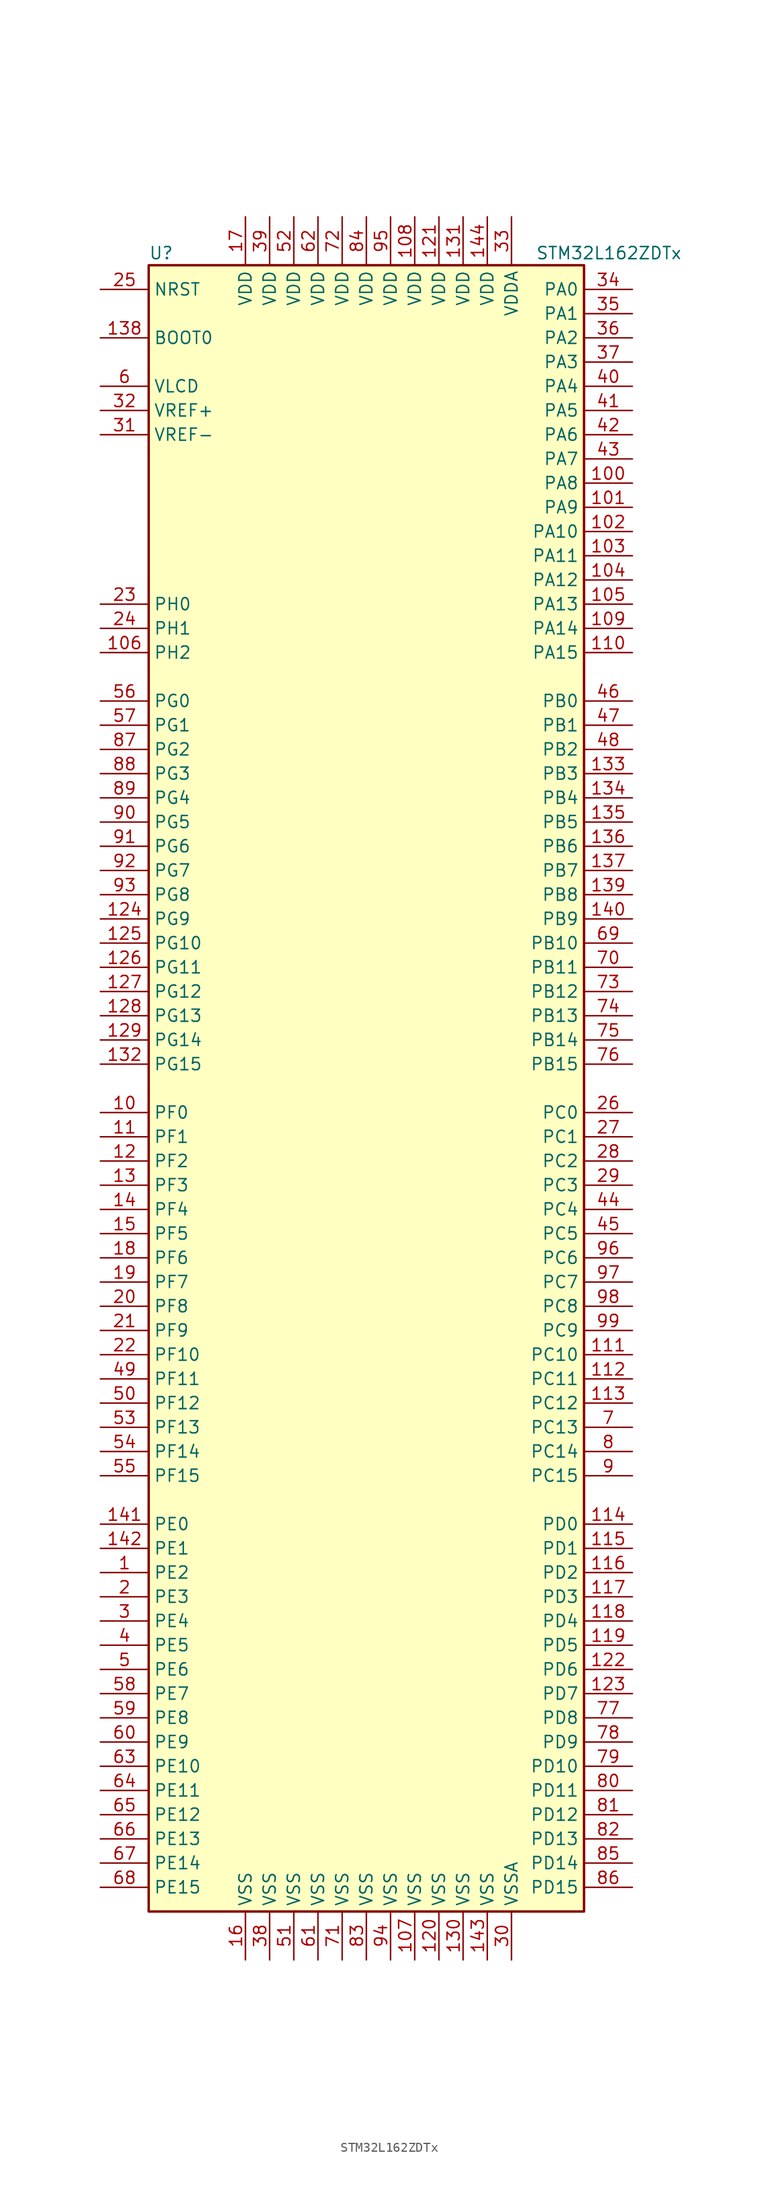
<source format=kicad_sym>
(kicad_symbol_lib
  (version 20201005)
  (generator kicad_symbol_editor)
  (symbol "MCU_ST_STM32L1:STM32L162ZDTx"
    (property "Reference" "U"
      (at -22.86 87.63 0)
      (effects (font (size 1.27 1.27)) (justify left)))
    (property "Value" "STM32L162ZDTx"
      (at 17.78 87.63 0)
      (effects (font (size 1.27 1.27)) (justify left)))
    (symbol "STM32L162ZDTx_0_1"
      (rectangle (start -22.86 -86.36) (end 22.86 86.36) (stroke (width 0.254)) (fill (type background))))
    (symbol "STM32L162ZDTx_1_1"
      (pin input line (at -27.94 78.74 0) (length 5.08) (name "BOOT0" (effects (font (size 1.27 1.27)))) (number "138" (effects (font (size 1.27 1.27)))))
      (pin input line (at -27.94 83.82 0) (length 5.08) (name "NRST" (effects (font (size 1.27 1.27)))) (number "25" (effects (font (size 1.27 1.27)))))
      (pin bidirectional line (at 27.94 83.82 180) (length 5.08) (name "PA0" (effects (font (size 1.27 1.27)))) (number "34" (effects (font (size 1.27 1.27)))))
      (pin bidirectional line (at 27.94 81.28 180) (length 5.08) (name "PA1" (effects (font (size 1.27 1.27)))) (number "35" (effects (font (size 1.27 1.27)))))
      (pin bidirectional line (at 27.94 58.42 180) (length 5.08) (name "PA10" (effects (font (size 1.27 1.27)))) (number "102" (effects (font (size 1.27 1.27)))))
      (pin bidirectional line (at 27.94 55.88 180) (length 5.08) (name "PA11" (effects (font (size 1.27 1.27)))) (number "103" (effects (font (size 1.27 1.27)))))
      (pin bidirectional line (at 27.94 53.34 180) (length 5.08) (name "PA12" (effects (font (size 1.27 1.27)))) (number "104" (effects (font (size 1.27 1.27)))))
      (pin bidirectional line (at 27.94 50.8 180) (length 5.08) (name "PA13" (effects (font (size 1.27 1.27)))) (number "105" (effects (font (size 1.27 1.27)))))
      (pin bidirectional line (at 27.94 48.26 180) (length 5.08) (name "PA14" (effects (font (size 1.27 1.27)))) (number "109" (effects (font (size 1.27 1.27)))))
      (pin bidirectional line (at 27.94 45.72 180) (length 5.08) (name "PA15" (effects (font (size 1.27 1.27)))) (number "110" (effects (font (size 1.27 1.27)))))
      (pin bidirectional line (at 27.94 78.74 180) (length 5.08) (name "PA2" (effects (font (size 1.27 1.27)))) (number "36" (effects (font (size 1.27 1.27)))))
      (pin bidirectional line (at 27.94 76.2 180) (length 5.08) (name "PA3" (effects (font (size 1.27 1.27)))) (number "37" (effects (font (size 1.27 1.27)))))
      (pin bidirectional line (at 27.94 73.66 180) (length 5.08) (name "PA4" (effects (font (size 1.27 1.27)))) (number "40" (effects (font (size 1.27 1.27)))))
      (pin bidirectional line (at 27.94 71.12 180) (length 5.08) (name "PA5" (effects (font (size 1.27 1.27)))) (number "41" (effects (font (size 1.27 1.27)))))
      (pin bidirectional line (at 27.94 68.58 180) (length 5.08) (name "PA6" (effects (font (size 1.27 1.27)))) (number "42" (effects (font (size 1.27 1.27)))))
      (pin bidirectional line (at 27.94 66.04 180) (length 5.08) (name "PA7" (effects (font (size 1.27 1.27)))) (number "43" (effects (font (size 1.27 1.27)))))
      (pin bidirectional line (at 27.94 63.5 180) (length 5.08) (name "PA8" (effects (font (size 1.27 1.27)))) (number "100" (effects (font (size 1.27 1.27)))))
      (pin bidirectional line (at 27.94 60.96 180) (length 5.08) (name "PA9" (effects (font (size 1.27 1.27)))) (number "101" (effects (font (size 1.27 1.27)))))
      (pin bidirectional line (at 27.94 40.64 180) (length 5.08) (name "PB0" (effects (font (size 1.27 1.27)))) (number "46" (effects (font (size 1.27 1.27)))))
      (pin bidirectional line (at 27.94 38.1 180) (length 5.08) (name "PB1" (effects (font (size 1.27 1.27)))) (number "47" (effects (font (size 1.27 1.27)))))
      (pin bidirectional line (at 27.94 15.24 180) (length 5.08) (name "PB10" (effects (font (size 1.27 1.27)))) (number "69" (effects (font (size 1.27 1.27)))))
      (pin bidirectional line (at 27.94 12.7 180) (length 5.08) (name "PB11" (effects (font (size 1.27 1.27)))) (number "70" (effects (font (size 1.27 1.27)))))
      (pin bidirectional line (at 27.94 10.16 180) (length 5.08) (name "PB12" (effects (font (size 1.27 1.27)))) (number "73" (effects (font (size 1.27 1.27)))))
      (pin bidirectional line (at 27.94 7.62 180) (length 5.08) (name "PB13" (effects (font (size 1.27 1.27)))) (number "74" (effects (font (size 1.27 1.27)))))
      (pin bidirectional line (at 27.94 5.08 180) (length 5.08) (name "PB14" (effects (font (size 1.27 1.27)))) (number "75" (effects (font (size 1.27 1.27)))))
      (pin bidirectional line (at 27.94 2.54 180) (length 5.08) (name "PB15" (effects (font (size 1.27 1.27)))) (number "76" (effects (font (size 1.27 1.27)))))
      (pin bidirectional line (at 27.94 35.56 180) (length 5.08) (name "PB2" (effects (font (size 1.27 1.27)))) (number "48" (effects (font (size 1.27 1.27)))))
      (pin bidirectional line (at 27.94 33.02 180) (length 5.08) (name "PB3" (effects (font (size 1.27 1.27)))) (number "133" (effects (font (size 1.27 1.27)))))
      (pin bidirectional line (at 27.94 30.48 180) (length 5.08) (name "PB4" (effects (font (size 1.27 1.27)))) (number "134" (effects (font (size 1.27 1.27)))))
      (pin bidirectional line (at 27.94 27.94 180) (length 5.08) (name "PB5" (effects (font (size 1.27 1.27)))) (number "135" (effects (font (size 1.27 1.27)))))
      (pin bidirectional line (at 27.94 25.4 180) (length 5.08) (name "PB6" (effects (font (size 1.27 1.27)))) (number "136" (effects (font (size 1.27 1.27)))))
      (pin bidirectional line (at 27.94 22.86 180) (length 5.08) (name "PB7" (effects (font (size 1.27 1.27)))) (number "137" (effects (font (size 1.27 1.27)))))
      (pin bidirectional line (at 27.94 20.32 180) (length 5.08) (name "PB8" (effects (font (size 1.27 1.27)))) (number "139" (effects (font (size 1.27 1.27)))))
      (pin bidirectional line (at 27.94 17.78 180) (length 5.08) (name "PB9" (effects (font (size 1.27 1.27)))) (number "140" (effects (font (size 1.27 1.27)))))
      (pin bidirectional line (at 27.94 -2.54 180) (length 5.08) (name "PC0" (effects (font (size 1.27 1.27)))) (number "26" (effects (font (size 1.27 1.27)))))
      (pin bidirectional line (at 27.94 -5.08 180) (length 5.08) (name "PC1" (effects (font (size 1.27 1.27)))) (number "27" (effects (font (size 1.27 1.27)))))
      (pin bidirectional line (at 27.94 -27.94 180) (length 5.08) (name "PC10" (effects (font (size 1.27 1.27)))) (number "111" (effects (font (size 1.27 1.27)))))
      (pin bidirectional line (at 27.94 -30.48 180) (length 5.08) (name "PC11" (effects (font (size 1.27 1.27)))) (number "112" (effects (font (size 1.27 1.27)))))
      (pin bidirectional line (at 27.94 -33.02 180) (length 5.08) (name "PC12" (effects (font (size 1.27 1.27)))) (number "113" (effects (font (size 1.27 1.27)))))
      (pin bidirectional line (at 27.94 -35.56 180) (length 5.08) (name "PC13" (effects (font (size 1.27 1.27)))) (number "7" (effects (font (size 1.27 1.27)))))
      (pin bidirectional line (at 27.94 -38.1 180) (length 5.08) (name "PC14" (effects (font (size 1.27 1.27)))) (number "8" (effects (font (size 1.27 1.27)))))
      (pin bidirectional line (at 27.94 -40.64 180) (length 5.08) (name "PC15" (effects (font (size 1.27 1.27)))) (number "9" (effects (font (size 1.27 1.27)))))
      (pin bidirectional line (at 27.94 -7.62 180) (length 5.08) (name "PC2" (effects (font (size 1.27 1.27)))) (number "28" (effects (font (size 1.27 1.27)))))
      (pin bidirectional line (at 27.94 -10.16 180) (length 5.08) (name "PC3" (effects (font (size 1.27 1.27)))) (number "29" (effects (font (size 1.27 1.27)))))
      (pin bidirectional line (at 27.94 -12.7 180) (length 5.08) (name "PC4" (effects (font (size 1.27 1.27)))) (number "44" (effects (font (size 1.27 1.27)))))
      (pin bidirectional line (at 27.94 -15.24 180) (length 5.08) (name "PC5" (effects (font (size 1.27 1.27)))) (number "45" (effects (font (size 1.27 1.27)))))
      (pin bidirectional line (at 27.94 -17.78 180) (length 5.08) (name "PC6" (effects (font (size 1.27 1.27)))) (number "96" (effects (font (size 1.27 1.27)))))
      (pin bidirectional line (at 27.94 -20.32 180) (length 5.08) (name "PC7" (effects (font (size 1.27 1.27)))) (number "97" (effects (font (size 1.27 1.27)))))
      (pin bidirectional line (at 27.94 -22.86 180) (length 5.08) (name "PC8" (effects (font (size 1.27 1.27)))) (number "98" (effects (font (size 1.27 1.27)))))
      (pin bidirectional line (at 27.94 -25.4 180) (length 5.08) (name "PC9" (effects (font (size 1.27 1.27)))) (number "99" (effects (font (size 1.27 1.27)))))
      (pin bidirectional line (at 27.94 -45.72 180) (length 5.08) (name "PD0" (effects (font (size 1.27 1.27)))) (number "114" (effects (font (size 1.27 1.27)))))
      (pin bidirectional line (at 27.94 -48.26 180) (length 5.08) (name "PD1" (effects (font (size 1.27 1.27)))) (number "115" (effects (font (size 1.27 1.27)))))
      (pin bidirectional line (at 27.94 -71.12 180) (length 5.08) (name "PD10" (effects (font (size 1.27 1.27)))) (number "79" (effects (font (size 1.27 1.27)))))
      (pin bidirectional line (at 27.94 -73.66 180) (length 5.08) (name "PD11" (effects (font (size 1.27 1.27)))) (number "80" (effects (font (size 1.27 1.27)))))
      (pin bidirectional line (at 27.94 -76.2 180) (length 5.08) (name "PD12" (effects (font (size 1.27 1.27)))) (number "81" (effects (font (size 1.27 1.27)))))
      (pin bidirectional line (at 27.94 -78.74 180) (length 5.08) (name "PD13" (effects (font (size 1.27 1.27)))) (number "82" (effects (font (size 1.27 1.27)))))
      (pin bidirectional line (at 27.94 -81.28 180) (length 5.08) (name "PD14" (effects (font (size 1.27 1.27)))) (number "85" (effects (font (size 1.27 1.27)))))
      (pin bidirectional line (at 27.94 -83.82 180) (length 5.08) (name "PD15" (effects (font (size 1.27 1.27)))) (number "86" (effects (font (size 1.27 1.27)))))
      (pin bidirectional line (at 27.94 -50.8 180) (length 5.08) (name "PD2" (effects (font (size 1.27 1.27)))) (number "116" (effects (font (size 1.27 1.27)))))
      (pin bidirectional line (at 27.94 -53.34 180) (length 5.08) (name "PD3" (effects (font (size 1.27 1.27)))) (number "117" (effects (font (size 1.27 1.27)))))
      (pin bidirectional line (at 27.94 -55.88 180) (length 5.08) (name "PD4" (effects (font (size 1.27 1.27)))) (number "118" (effects (font (size 1.27 1.27)))))
      (pin bidirectional line (at 27.94 -58.42 180) (length 5.08) (name "PD5" (effects (font (size 1.27 1.27)))) (number "119" (effects (font (size 1.27 1.27)))))
      (pin bidirectional line (at 27.94 -60.96 180) (length 5.08) (name "PD6" (effects (font (size 1.27 1.27)))) (number "122" (effects (font (size 1.27 1.27)))))
      (pin bidirectional line (at 27.94 -63.5 180) (length 5.08) (name "PD7" (effects (font (size 1.27 1.27)))) (number "123" (effects (font (size 1.27 1.27)))))
      (pin bidirectional line (at 27.94 -66.04 180) (length 5.08) (name "PD8" (effects (font (size 1.27 1.27)))) (number "77" (effects (font (size 1.27 1.27)))))
      (pin bidirectional line (at 27.94 -68.58 180) (length 5.08) (name "PD9" (effects (font (size 1.27 1.27)))) (number "78" (effects (font (size 1.27 1.27)))))
      (pin bidirectional line (at -27.94 -45.72 0) (length 5.08) (name "PE0" (effects (font (size 1.27 1.27)))) (number "141" (effects (font (size 1.27 1.27)))))
      (pin bidirectional line (at -27.94 -48.26 0) (length 5.08) (name "PE1" (effects (font (size 1.27 1.27)))) (number "142" (effects (font (size 1.27 1.27)))))
      (pin bidirectional line (at -27.94 -71.12 0) (length 5.08) (name "PE10" (effects (font (size 1.27 1.27)))) (number "63" (effects (font (size 1.27 1.27)))))
      (pin bidirectional line (at -27.94 -73.66 0) (length 5.08) (name "PE11" (effects (font (size 1.27 1.27)))) (number "64" (effects (font (size 1.27 1.27)))))
      (pin bidirectional line (at -27.94 -76.2 0) (length 5.08) (name "PE12" (effects (font (size 1.27 1.27)))) (number "65" (effects (font (size 1.27 1.27)))))
      (pin bidirectional line (at -27.94 -78.74 0) (length 5.08) (name "PE13" (effects (font (size 1.27 1.27)))) (number "66" (effects (font (size 1.27 1.27)))))
      (pin bidirectional line (at -27.94 -81.28 0) (length 5.08) (name "PE14" (effects (font (size 1.27 1.27)))) (number "67" (effects (font (size 1.27 1.27)))))
      (pin bidirectional line (at -27.94 -83.82 0) (length 5.08) (name "PE15" (effects (font (size 1.27 1.27)))) (number "68" (effects (font (size 1.27 1.27)))))
      (pin bidirectional line (at -27.94 -50.8 0) (length 5.08) (name "PE2" (effects (font (size 1.27 1.27)))) (number "1" (effects (font (size 1.27 1.27)))))
      (pin bidirectional line (at -27.94 -53.34 0) (length 5.08) (name "PE3" (effects (font (size 1.27 1.27)))) (number "2" (effects (font (size 1.27 1.27)))))
      (pin bidirectional line (at -27.94 -55.88 0) (length 5.08) (name "PE4" (effects (font (size 1.27 1.27)))) (number "3" (effects (font (size 1.27 1.27)))))
      (pin bidirectional line (at -27.94 -58.42 0) (length 5.08) (name "PE5" (effects (font (size 1.27 1.27)))) (number "4" (effects (font (size 1.27 1.27)))))
      (pin bidirectional line (at -27.94 -60.96 0) (length 5.08) (name "PE6" (effects (font (size 1.27 1.27)))) (number "5" (effects (font (size 1.27 1.27)))))
      (pin bidirectional line (at -27.94 -63.5 0) (length 5.08) (name "PE7" (effects (font (size 1.27 1.27)))) (number "58" (effects (font (size 1.27 1.27)))))
      (pin bidirectional line (at -27.94 -66.04 0) (length 5.08) (name "PE8" (effects (font (size 1.27 1.27)))) (number "59" (effects (font (size 1.27 1.27)))))
      (pin bidirectional line (at -27.94 -68.58 0) (length 5.08) (name "PE9" (effects (font (size 1.27 1.27)))) (number "60" (effects (font (size 1.27 1.27)))))
      (pin bidirectional line (at -27.94 -2.54 0) (length 5.08) (name "PF0" (effects (font (size 1.27 1.27)))) (number "10" (effects (font (size 1.27 1.27)))))
      (pin bidirectional line (at -27.94 -5.08 0) (length 5.08) (name "PF1" (effects (font (size 1.27 1.27)))) (number "11" (effects (font (size 1.27 1.27)))))
      (pin bidirectional line (at -27.94 -27.94 0) (length 5.08) (name "PF10" (effects (font (size 1.27 1.27)))) (number "22" (effects (font (size 1.27 1.27)))))
      (pin bidirectional line (at -27.94 -30.48 0) (length 5.08) (name "PF11" (effects (font (size 1.27 1.27)))) (number "49" (effects (font (size 1.27 1.27)))))
      (pin bidirectional line (at -27.94 -33.02 0) (length 5.08) (name "PF12" (effects (font (size 1.27 1.27)))) (number "50" (effects (font (size 1.27 1.27)))))
      (pin bidirectional line (at -27.94 -35.56 0) (length 5.08) (name "PF13" (effects (font (size 1.27 1.27)))) (number "53" (effects (font (size 1.27 1.27)))))
      (pin bidirectional line (at -27.94 -38.1 0) (length 5.08) (name "PF14" (effects (font (size 1.27 1.27)))) (number "54" (effects (font (size 1.27 1.27)))))
      (pin bidirectional line (at -27.94 -40.64 0) (length 5.08) (name "PF15" (effects (font (size 1.27 1.27)))) (number "55" (effects (font (size 1.27 1.27)))))
      (pin bidirectional line (at -27.94 -7.62 0) (length 5.08) (name "PF2" (effects (font (size 1.27 1.27)))) (number "12" (effects (font (size 1.27 1.27)))))
      (pin bidirectional line (at -27.94 -10.16 0) (length 5.08) (name "PF3" (effects (font (size 1.27 1.27)))) (number "13" (effects (font (size 1.27 1.27)))))
      (pin bidirectional line (at -27.94 -12.7 0) (length 5.08) (name "PF4" (effects (font (size 1.27 1.27)))) (number "14" (effects (font (size 1.27 1.27)))))
      (pin bidirectional line (at -27.94 -15.24 0) (length 5.08) (name "PF5" (effects (font (size 1.27 1.27)))) (number "15" (effects (font (size 1.27 1.27)))))
      (pin bidirectional line (at -27.94 -17.78 0) (length 5.08) (name "PF6" (effects (font (size 1.27 1.27)))) (number "18" (effects (font (size 1.27 1.27)))))
      (pin bidirectional line (at -27.94 -20.32 0) (length 5.08) (name "PF7" (effects (font (size 1.27 1.27)))) (number "19" (effects (font (size 1.27 1.27)))))
      (pin bidirectional line (at -27.94 -22.86 0) (length 5.08) (name "PF8" (effects (font (size 1.27 1.27)))) (number "20" (effects (font (size 1.27 1.27)))))
      (pin bidirectional line (at -27.94 -25.4 0) (length 5.08) (name "PF9" (effects (font (size 1.27 1.27)))) (number "21" (effects (font (size 1.27 1.27)))))
      (pin bidirectional line (at -27.94 40.64 0) (length 5.08) (name "PG0" (effects (font (size 1.27 1.27)))) (number "56" (effects (font (size 1.27 1.27)))))
      (pin bidirectional line (at -27.94 38.1 0) (length 5.08) (name "PG1" (effects (font (size 1.27 1.27)))) (number "57" (effects (font (size 1.27 1.27)))))
      (pin bidirectional line (at -27.94 15.24 0) (length 5.08) (name "PG10" (effects (font (size 1.27 1.27)))) (number "125" (effects (font (size 1.27 1.27)))))
      (pin bidirectional line (at -27.94 12.7 0) (length 5.08) (name "PG11" (effects (font (size 1.27 1.27)))) (number "126" (effects (font (size 1.27 1.27)))))
      (pin bidirectional line (at -27.94 10.16 0) (length 5.08) (name "PG12" (effects (font (size 1.27 1.27)))) (number "127" (effects (font (size 1.27 1.27)))))
      (pin bidirectional line (at -27.94 7.62 0) (length 5.08) (name "PG13" (effects (font (size 1.27 1.27)))) (number "128" (effects (font (size 1.27 1.27)))))
      (pin bidirectional line (at -27.94 5.08 0) (length 5.08) (name "PG14" (effects (font (size 1.27 1.27)))) (number "129" (effects (font (size 1.27 1.27)))))
      (pin bidirectional line (at -27.94 2.54 0) (length 5.08) (name "PG15" (effects (font (size 1.27 1.27)))) (number "132" (effects (font (size 1.27 1.27)))))
      (pin bidirectional line (at -27.94 35.56 0) (length 5.08) (name "PG2" (effects (font (size 1.27 1.27)))) (number "87" (effects (font (size 1.27 1.27)))))
      (pin bidirectional line (at -27.94 33.02 0) (length 5.08) (name "PG3" (effects (font (size 1.27 1.27)))) (number "88" (effects (font (size 1.27 1.27)))))
      (pin bidirectional line (at -27.94 30.48 0) (length 5.08) (name "PG4" (effects (font (size 1.27 1.27)))) (number "89" (effects (font (size 1.27 1.27)))))
      (pin bidirectional line (at -27.94 27.94 0) (length 5.08) (name "PG5" (effects (font (size 1.27 1.27)))) (number "90" (effects (font (size 1.27 1.27)))))
      (pin bidirectional line (at -27.94 25.4 0) (length 5.08) (name "PG6" (effects (font (size 1.27 1.27)))) (number "91" (effects (font (size 1.27 1.27)))))
      (pin bidirectional line (at -27.94 22.86 0) (length 5.08) (name "PG7" (effects (font (size 1.27 1.27)))) (number "92" (effects (font (size 1.27 1.27)))))
      (pin bidirectional line (at -27.94 20.32 0) (length 5.08) (name "PG8" (effects (font (size 1.27 1.27)))) (number "93" (effects (font (size 1.27 1.27)))))
      (pin bidirectional line (at -27.94 17.78 0) (length 5.08) (name "PG9" (effects (font (size 1.27 1.27)))) (number "124" (effects (font (size 1.27 1.27)))))
      (pin input line (at -27.94 50.8 0) (length 5.08) (name "PH0" (effects (font (size 1.27 1.27)))) (number "23" (effects (font (size 1.27 1.27)))))
      (pin input line (at -27.94 48.26 0) (length 5.08) (name "PH1" (effects (font (size 1.27 1.27)))) (number "24" (effects (font (size 1.27 1.27)))))
      (pin bidirectional line (at -27.94 45.72 0) (length 5.08) (name "PH2" (effects (font (size 1.27 1.27)))) (number "106" (effects (font (size 1.27 1.27)))))
      (pin power_in line (at 5.08 91.44 270) (length 5.08) (name "VDD" (effects (font (size 1.27 1.27)))) (number "108" (effects (font (size 1.27 1.27)))))
      (pin power_in line (at 7.62 91.44 270) (length 5.08) (name "VDD" (effects (font (size 1.27 1.27)))) (number "121" (effects (font (size 1.27 1.27)))))
      (pin power_in line (at 10.16 91.44 270) (length 5.08) (name "VDD" (effects (font (size 1.27 1.27)))) (number "131" (effects (font (size 1.27 1.27)))))
      (pin power_in line (at 12.7 91.44 270) (length 5.08) (name "VDD" (effects (font (size 1.27 1.27)))) (number "144" (effects (font (size 1.27 1.27)))))
      (pin power_in line (at -12.7 91.44 270) (length 5.08) (name "VDD" (effects (font (size 1.27 1.27)))) (number "17" (effects (font (size 1.27 1.27)))))
      (pin power_in line (at -10.16 91.44 270) (length 5.08) (name "VDD" (effects (font (size 1.27 1.27)))) (number "39" (effects (font (size 1.27 1.27)))))
      (pin power_in line (at -7.62 91.44 270) (length 5.08) (name "VDD" (effects (font (size 1.27 1.27)))) (number "52" (effects (font (size 1.27 1.27)))))
      (pin power_in line (at -5.08 91.44 270) (length 5.08) (name "VDD" (effects (font (size 1.27 1.27)))) (number "62" (effects (font (size 1.27 1.27)))))
      (pin power_in line (at -2.54 91.44 270) (length 5.08) (name "VDD" (effects (font (size 1.27 1.27)))) (number "72" (effects (font (size 1.27 1.27)))))
      (pin power_in line (at 0 91.44 270) (length 5.08) (name "VDD" (effects (font (size 1.27 1.27)))) (number "84" (effects (font (size 1.27 1.27)))))
      (pin power_in line (at 2.54 91.44 270) (length 5.08) (name "VDD" (effects (font (size 1.27 1.27)))) (number "95" (effects (font (size 1.27 1.27)))))
      (pin power_in line (at 15.24 91.44 270) (length 5.08) (name "VDDA" (effects (font (size 1.27 1.27)))) (number "33" (effects (font (size 1.27 1.27)))))
      (pin power_in line (at -27.94 73.66 0) (length 5.08) (name "VLCD" (effects (font (size 1.27 1.27)))) (number "6" (effects (font (size 1.27 1.27)))))
      (pin power_in line (at -27.94 71.12 0) (length 5.08) (name "VREF+" (effects (font (size 1.27 1.27)))) (number "32" (effects (font (size 1.27 1.27)))))
      (pin power_in line (at -27.94 68.58 0) (length 5.08) (name "VREF-" (effects (font (size 1.27 1.27)))) (number "31" (effects (font (size 1.27 1.27)))))
      (pin power_in line (at 5.08 -91.44 90) (length 5.08) (name "VSS" (effects (font (size 1.27 1.27)))) (number "107" (effects (font (size 1.27 1.27)))))
      (pin power_in line (at 7.62 -91.44 90) (length 5.08) (name "VSS" (effects (font (size 1.27 1.27)))) (number "120" (effects (font (size 1.27 1.27)))))
      (pin power_in line (at 10.16 -91.44 90) (length 5.08) (name "VSS" (effects (font (size 1.27 1.27)))) (number "130" (effects (font (size 1.27 1.27)))))
      (pin power_in line (at 12.7 -91.44 90) (length 5.08) (name "VSS" (effects (font (size 1.27 1.27)))) (number "143" (effects (font (size 1.27 1.27)))))
      (pin power_in line (at -12.7 -91.44 90) (length 5.08) (name "VSS" (effects (font (size 1.27 1.27)))) (number "16" (effects (font (size 1.27 1.27)))))
      (pin power_in line (at -10.16 -91.44 90) (length 5.08) (name "VSS" (effects (font (size 1.27 1.27)))) (number "38" (effects (font (size 1.27 1.27)))))
      (pin power_in line (at -7.62 -91.44 90) (length 5.08) (name "VSS" (effects (font (size 1.27 1.27)))) (number "51" (effects (font (size 1.27 1.27)))))
      (pin power_in line (at -5.08 -91.44 90) (length 5.08) (name "VSS" (effects (font (size 1.27 1.27)))) (number "61" (effects (font (size 1.27 1.27)))))
      (pin power_in line (at -2.54 -91.44 90) (length 5.08) (name "VSS" (effects (font (size 1.27 1.27)))) (number "71" (effects (font (size 1.27 1.27)))))
      (pin power_in line (at 0 -91.44 90) (length 5.08) (name "VSS" (effects (font (size 1.27 1.27)))) (number "83" (effects (font (size 1.27 1.27)))))
      (pin power_in line (at 2.54 -91.44 90) (length 5.08) (name "VSS" (effects (font (size 1.27 1.27)))) (number "94" (effects (font (size 1.27 1.27)))))
      (pin power_in line (at 15.24 -91.44 90) (length 5.08) (name "VSSA" (effects (font (size 1.27 1.27)))) (number "30" (effects (font (size 1.27 1.27))))))))
</source>
